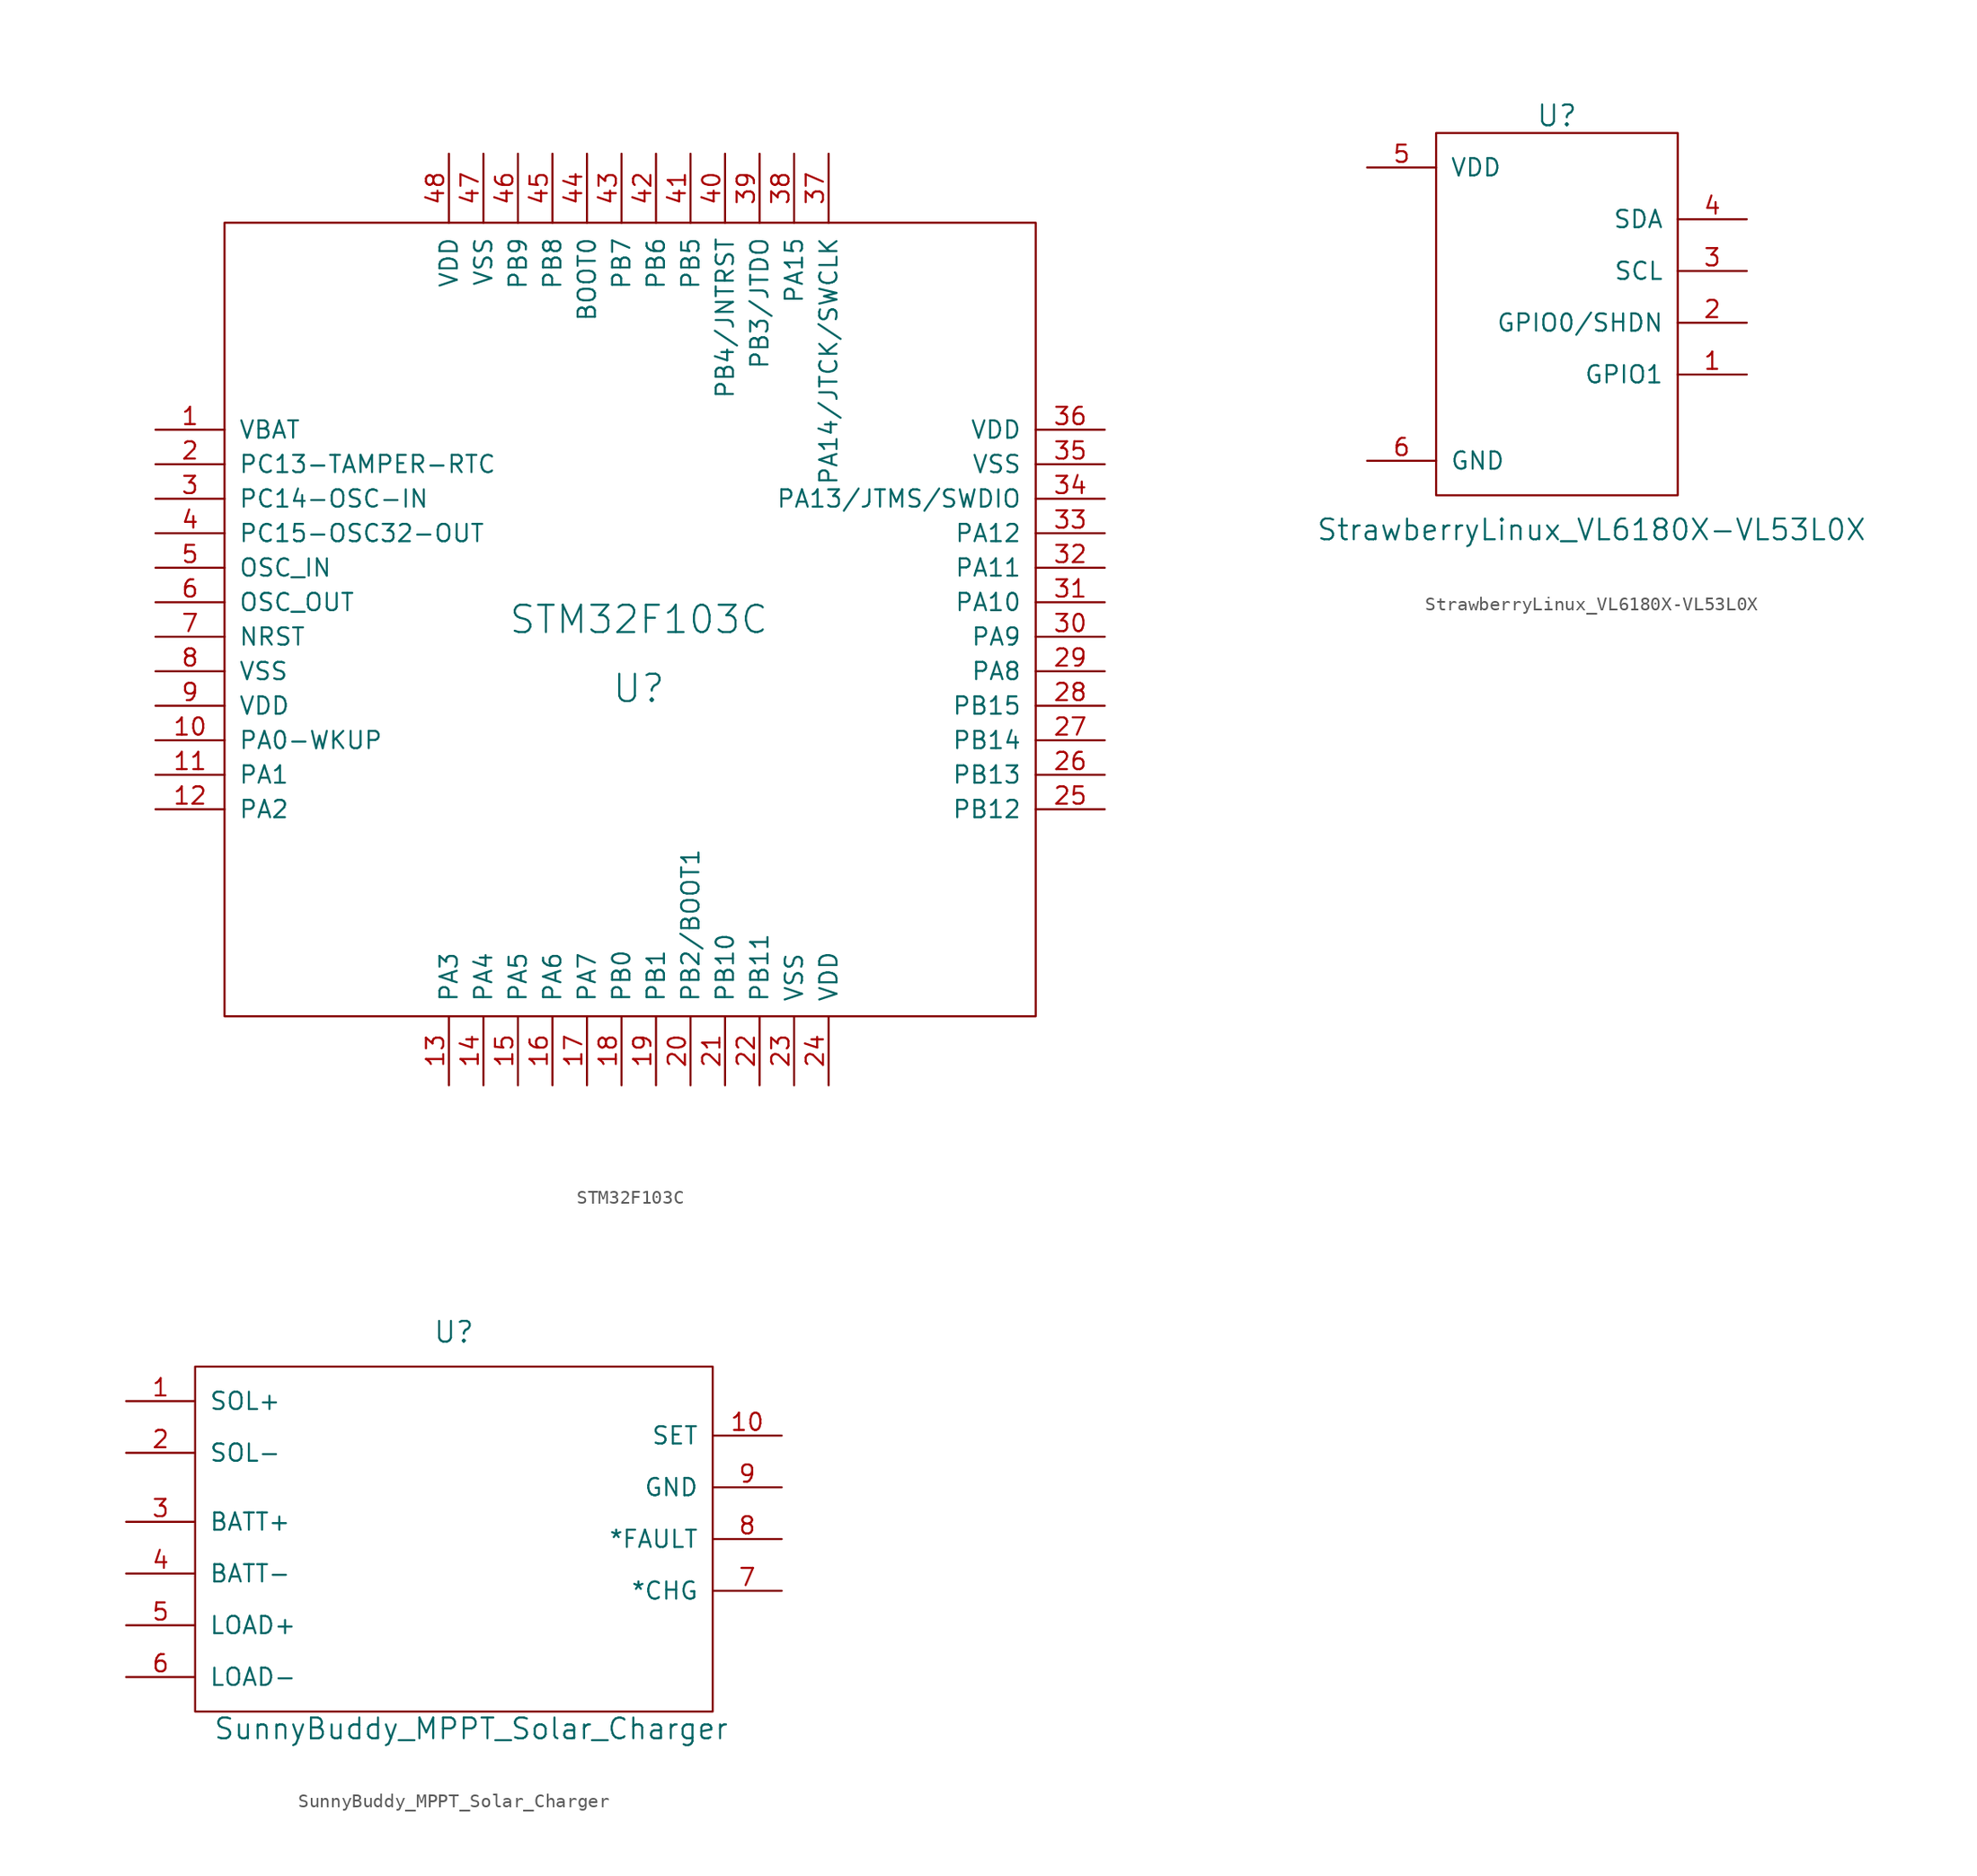
<source format=kicad_sym>
(kicad_symbol_lib
  (version 20220914)
  (generator kicad_symbol_editor)
  (symbol "STM32F103C"
    (pin_names
      (offset 1.016))
    (property "Reference" "U"
      (at 0 -5.08 0)
      (effects (font (size 2.007 2.007))))
    (property "Value" "STM32F103C"
      (at 0 0 0)
      (effects (font (size 2.007 2.007))))
    (property "Footprint" ""
      (at 0 0 0)
      (effects (font (size 2.007 2.007))))
    (property "Datasheet" ""
      (at 0 0 0)
      (effects (font (size 2.007 2.007))))
    (symbol "STM32F103C_0_1"
      (rectangle (start -30.48 29.21) (end 29.21 -29.21) (stroke (width 0) (type solid)) (fill (type none))))
    (symbol "STM32F103C_1_1"
      (pin input line (at -35.56 13.97 0) (length 5.08) (name "VBAT" (effects (font (size 1.27 1.27)))) (number "1" (effects (font (size 1.27 1.27)))))
      (pin input line (at -35.56 -8.89 0) (length 5.08) (name "PA0-WKUP" (effects (font (size 1.27 1.27)))) (number "10" (effects (font (size 1.27 1.27)))))
      (pin input line (at -35.56 -11.43 0) (length 5.08) (name "PA1" (effects (font (size 1.27 1.27)))) (number "11" (effects (font (size 1.27 1.27)))))
      (pin input line (at -35.56 -13.97 0) (length 5.08) (name "PA2" (effects (font (size 1.27 1.27)))) (number "12" (effects (font (size 1.27 1.27)))))
      (pin input line (at -13.97 -34.29 90) (length 5.08) (name "PA3" (effects (font (size 1.27 1.27)))) (number "13" (effects (font (size 1.27 1.27)))))
      (pin input line (at -11.43 -34.29 90) (length 5.08) (name "PA4" (effects (font (size 1.27 1.27)))) (number "14" (effects (font (size 1.27 1.27)))))
      (pin input line (at -8.89 -34.29 90) (length 5.08) (name "PA5" (effects (font (size 1.27 1.27)))) (number "15" (effects (font (size 1.27 1.27)))))
      (pin input line (at -6.35 -34.29 90) (length 5.08) (name "PA6" (effects (font (size 1.27 1.27)))) (number "16" (effects (font (size 1.27 1.27)))))
      (pin input line (at -3.81 -34.29 90) (length 5.08) (name "PA7" (effects (font (size 1.27 1.27)))) (number "17" (effects (font (size 1.27 1.27)))))
      (pin input line (at -1.27 -34.29 90) (length 5.08) (name "PB0" (effects (font (size 1.27 1.27)))) (number "18" (effects (font (size 1.27 1.27)))))
      (pin input line (at 1.27 -34.29 90) (length 5.08) (name "PB1" (effects (font (size 1.27 1.27)))) (number "19" (effects (font (size 1.27 1.27)))))
      (pin input line (at -35.56 11.43 0) (length 5.08) (name "PC13-TAMPER-RTC" (effects (font (size 1.27 1.27)))) (number "2" (effects (font (size 1.27 1.27)))))
      (pin input line (at 3.81 -34.29 90) (length 5.08) (name "PB2/BOOT1" (effects (font (size 1.27 1.27)))) (number "20" (effects (font (size 1.27 1.27)))))
      (pin input line (at 6.35 -34.29 90) (length 5.08) (name "PB10" (effects (font (size 1.27 1.27)))) (number "21" (effects (font (size 1.27 1.27)))))
      (pin input line (at 8.89 -34.29 90) (length 5.08) (name "PB11" (effects (font (size 1.27 1.27)))) (number "22" (effects (font (size 1.27 1.27)))))
      (pin input line (at 11.43 -34.29 90) (length 5.08) (name "VSS" (effects (font (size 1.27 1.27)))) (number "23" (effects (font (size 1.27 1.27)))))
      (pin input line (at 13.97 -34.29 90) (length 5.08) (name "VDD" (effects (font (size 1.27 1.27)))) (number "24" (effects (font (size 1.27 1.27)))))
      (pin input line (at 34.29 -13.97 180) (length 5.08) (name "PB12" (effects (font (size 1.27 1.27)))) (number "25" (effects (font (size 1.27 1.27)))))
      (pin input line (at 34.29 -11.43 180) (length 5.08) (name "PB13" (effects (font (size 1.27 1.27)))) (number "26" (effects (font (size 1.27 1.27)))))
      (pin input line (at 34.29 -8.89 180) (length 5.08) (name "PB14" (effects (font (size 1.27 1.27)))) (number "27" (effects (font (size 1.27 1.27)))))
      (pin input line (at 34.29 -6.35 180) (length 5.08) (name "PB15" (effects (font (size 1.27 1.27)))) (number "28" (effects (font (size 1.27 1.27)))))
      (pin input line (at 34.29 -3.81 180) (length 5.08) (name "PA8" (effects (font (size 1.27 1.27)))) (number "29" (effects (font (size 1.27 1.27)))))
      (pin input line (at -35.56 8.89 0) (length 5.08) (name "PC14-OSC-IN" (effects (font (size 1.27 1.27)))) (number "3" (effects (font (size 1.27 1.27)))))
      (pin input line (at 34.29 -1.27 180) (length 5.08) (name "PA9" (effects (font (size 1.27 1.27)))) (number "30" (effects (font (size 1.27 1.27)))))
      (pin input line (at 34.29 1.27 180) (length 5.08) (name "PA10" (effects (font (size 1.27 1.27)))) (number "31" (effects (font (size 1.27 1.27)))))
      (pin input line (at 34.29 3.81 180) (length 5.08) (name "PA11" (effects (font (size 1.27 1.27)))) (number "32" (effects (font (size 1.27 1.27)))))
      (pin input line (at 34.29 6.35 180) (length 5.08) (name "PA12" (effects (font (size 1.27 1.27)))) (number "33" (effects (font (size 1.27 1.27)))))
      (pin input line (at 34.29 8.89 180) (length 5.08) (name "PA13/JTMS/SWDIO" (effects (font (size 1.27 1.27)))) (number "34" (effects (font (size 1.27 1.27)))))
      (pin input line (at 34.29 11.43 180) (length 5.08) (name "VSS" (effects (font (size 1.27 1.27)))) (number "35" (effects (font (size 1.27 1.27)))))
      (pin input line (at 34.29 13.97 180) (length 5.08) (name "VDD" (effects (font (size 1.27 1.27)))) (number "36" (effects (font (size 1.27 1.27)))))
      (pin input line (at 13.97 34.29 270) (length 5.08) (name "PA14/JTCK/SWCLK" (effects (font (size 1.27 1.27)))) (number "37" (effects (font (size 1.27 1.27)))))
      (pin input line (at 11.43 34.29 270) (length 5.08) (name "PA15" (effects (font (size 1.27 1.27)))) (number "38" (effects (font (size 1.27 1.27)))))
      (pin input line (at 8.89 34.29 270) (length 5.08) (name "PB3/JTDO" (effects (font (size 1.27 1.27)))) (number "39" (effects (font (size 1.27 1.27)))))
      (pin input line (at -35.56 6.35 0) (length 5.08) (name "PC15-OSC32-OUT" (effects (font (size 1.27 1.27)))) (number "4" (effects (font (size 1.27 1.27)))))
      (pin input line (at 6.35 34.29 270) (length 5.08) (name "PB4/JNTRST" (effects (font (size 1.27 1.27)))) (number "40" (effects (font (size 1.27 1.27)))))
      (pin input line (at 3.81 34.29 270) (length 5.08) (name "PB5" (effects (font (size 1.27 1.27)))) (number "41" (effects (font (size 1.27 1.27)))))
      (pin input line (at 1.27 34.29 270) (length 5.08) (name "PB6" (effects (font (size 1.27 1.27)))) (number "42" (effects (font (size 1.27 1.27)))))
      (pin input line (at -1.27 34.29 270) (length 5.08) (name "PB7" (effects (font (size 1.27 1.27)))) (number "43" (effects (font (size 1.27 1.27)))))
      (pin input line (at -3.81 34.29 270) (length 5.08) (name "BOOT0" (effects (font (size 1.27 1.27)))) (number "44" (effects (font (size 1.27 1.27)))))
      (pin input line (at -6.35 34.29 270) (length 5.08) (name "PB8" (effects (font (size 1.27 1.27)))) (number "45" (effects (font (size 1.27 1.27)))))
      (pin input line (at -8.89 34.29 270) (length 5.08) (name "PB9" (effects (font (size 1.27 1.27)))) (number "46" (effects (font (size 1.27 1.27)))))
      (pin input line (at -11.43 34.29 270) (length 5.08) (name "VSS" (effects (font (size 1.27 1.27)))) (number "47" (effects (font (size 1.27 1.27)))))
      (pin input line (at -13.97 34.29 270) (length 5.08) (name "VDD" (effects (font (size 1.27 1.27)))) (number "48" (effects (font (size 1.27 1.27)))))
      (pin input line (at -35.56 3.81 0) (length 5.08) (name "OSC_IN" (effects (font (size 1.27 1.27)))) (number "5" (effects (font (size 1.27 1.27)))))
      (pin input line (at -35.56 1.27 0) (length 5.08) (name "OSC_OUT" (effects (font (size 1.27 1.27)))) (number "6" (effects (font (size 1.27 1.27)))))
      (pin input line (at -35.56 -1.27 0) (length 5.08) (name "NRST" (effects (font (size 1.27 1.27)))) (number "7" (effects (font (size 1.27 1.27)))))
      (pin input line (at -35.56 -3.81 0) (length 5.08) (name "VSS" (effects (font (size 1.27 1.27)))) (number "8" (effects (font (size 1.27 1.27)))))
      (pin input line (at -35.56 -6.35 0) (length 5.08) (name "VDD" (effects (font (size 1.27 1.27)))) (number "9" (effects (font (size 1.27 1.27)))))))
  (symbol "StrawberryLinux_VL6180X-VL53L0X"
    (pin_names
      (offset 1.016))
    (property "Reference" "U"
      (at 0 13.97 0)
      (effects (font (size 1.524 1.524))))
    (property "Value" "StrawberryLinux_VL6180X-VL53L0X"
      (at 2.54 -16.51 0)
      (effects (font (size 1.524 1.524))))
    (property "Footprint" ""
      (at 2.54 6.35 0)
      (effects (font (size 1.524 1.524))))
    (property "Datasheet" ""
      (at 2.54 6.35 0)
      (effects (font (size 1.524 1.524))))
    (symbol "StrawberryLinux_VL6180X-VL53L0X_0_1"
      (rectangle (start -8.89 12.7) (end 8.89 -13.97) (stroke (width 0) (type solid)) (fill (type none))))
    (symbol "StrawberryLinux_VL6180X-VL53L0X_1_1"
      (pin input line (at 13.97 -5.08 180) (length 5.08) (name "GPIO1" (effects (font (size 1.27 1.27)))) (number "1" (effects (font (size 1.27 1.27)))))
      (pin input line (at 13.97 -1.27 180) (length 5.08) (name "GPIO0/SHDN" (effects (font (size 1.27 1.27)))) (number "2" (effects (font (size 1.27 1.27)))))
      (pin input line (at 13.97 2.54 180) (length 5.08) (name "SCL" (effects (font (size 1.27 1.27)))) (number "3" (effects (font (size 1.27 1.27)))))
      (pin input line (at 13.97 6.35 180) (length 5.08) (name "SDA" (effects (font (size 1.27 1.27)))) (number "4" (effects (font (size 1.27 1.27)))))
      (pin input line (at -13.97 10.16 0) (length 5.08) (name "VDD" (effects (font (size 1.27 1.27)))) (number "5" (effects (font (size 1.27 1.27)))))
      (pin input line (at -13.97 -11.43 0) (length 5.08) (name "GND" (effects (font (size 1.27 1.27)))) (number "6" (effects (font (size 1.27 1.27)))))))
  (symbol "SunnyBuddy_MPPT_Solar_Charger"
    (pin_names
      (offset 1.016))
    (property "Reference" "U"
      (at 0 16.51 0)
      (effects (font (size 1.524 1.524))))
    (property "Value" "SunnyBuddy_MPPT_Solar_Charger"
      (at 1.27 -12.7 0)
      (effects (font (size 1.524 1.524))))
    (property "Footprint" ""
      (at 0 0 0)
      (effects (font (size 1.524 1.524))))
    (property "Datasheet" ""
      (at 0 0 0)
      (effects (font (size 1.524 1.524))))
    (symbol "SunnyBuddy_MPPT_Solar_Charger_0_1"
      (rectangle (start -19.05 13.97) (end 19.05 -11.43) (stroke (width 0) (type solid)) (fill (type none))))
    (symbol "SunnyBuddy_MPPT_Solar_Charger_1_1"
      (pin input line (at -24.13 11.43 0) (length 5.08) (name "SOL+" (effects (font (size 1.27 1.27)))) (number "1" (effects (font (size 1.27 1.27)))))
      (pin input line (at 24.13 8.89 180) (length 5.08) (name "SET" (effects (font (size 1.27 1.27)))) (number "10" (effects (font (size 1.27 1.27)))))
      (pin input line (at -24.13 7.62 0) (length 5.08) (name "SOL-" (effects (font (size 1.27 1.27)))) (number "2" (effects (font (size 1.27 1.27)))))
      (pin input line (at -24.13 2.54 0) (length 5.08) (name "BATT+" (effects (font (size 1.27 1.27)))) (number "3" (effects (font (size 1.27 1.27)))))
      (pin input line (at -24.13 -1.27 0) (length 5.08) (name "BATT-" (effects (font (size 1.27 1.27)))) (number "4" (effects (font (size 1.27 1.27)))))
      (pin input line (at -24.13 -5.08 0) (length 5.08) (name "LOAD+" (effects (font (size 1.27 1.27)))) (number "5" (effects (font (size 1.27 1.27)))))
      (pin input line (at -24.13 -8.89 0) (length 5.08) (name "LOAD-" (effects (font (size 1.27 1.27)))) (number "6" (effects (font (size 1.27 1.27)))))
      (pin input line (at 24.13 -2.54 180) (length 5.08) (name "*CHG" (effects (font (size 1.27 1.27)))) (number "7" (effects (font (size 1.27 1.27)))))
      (pin input line (at 24.13 1.27 180) (length 5.08) (name "*FAULT" (effects (font (size 1.27 1.27)))) (number "8" (effects (font (size 1.27 1.27)))))
      (pin input line (at 24.13 5.08 180) (length 5.08) (name "GND" (effects (font (size 1.27 1.27)))) (number "9" (effects (font (size 1.27 1.27))))))))
</source>
